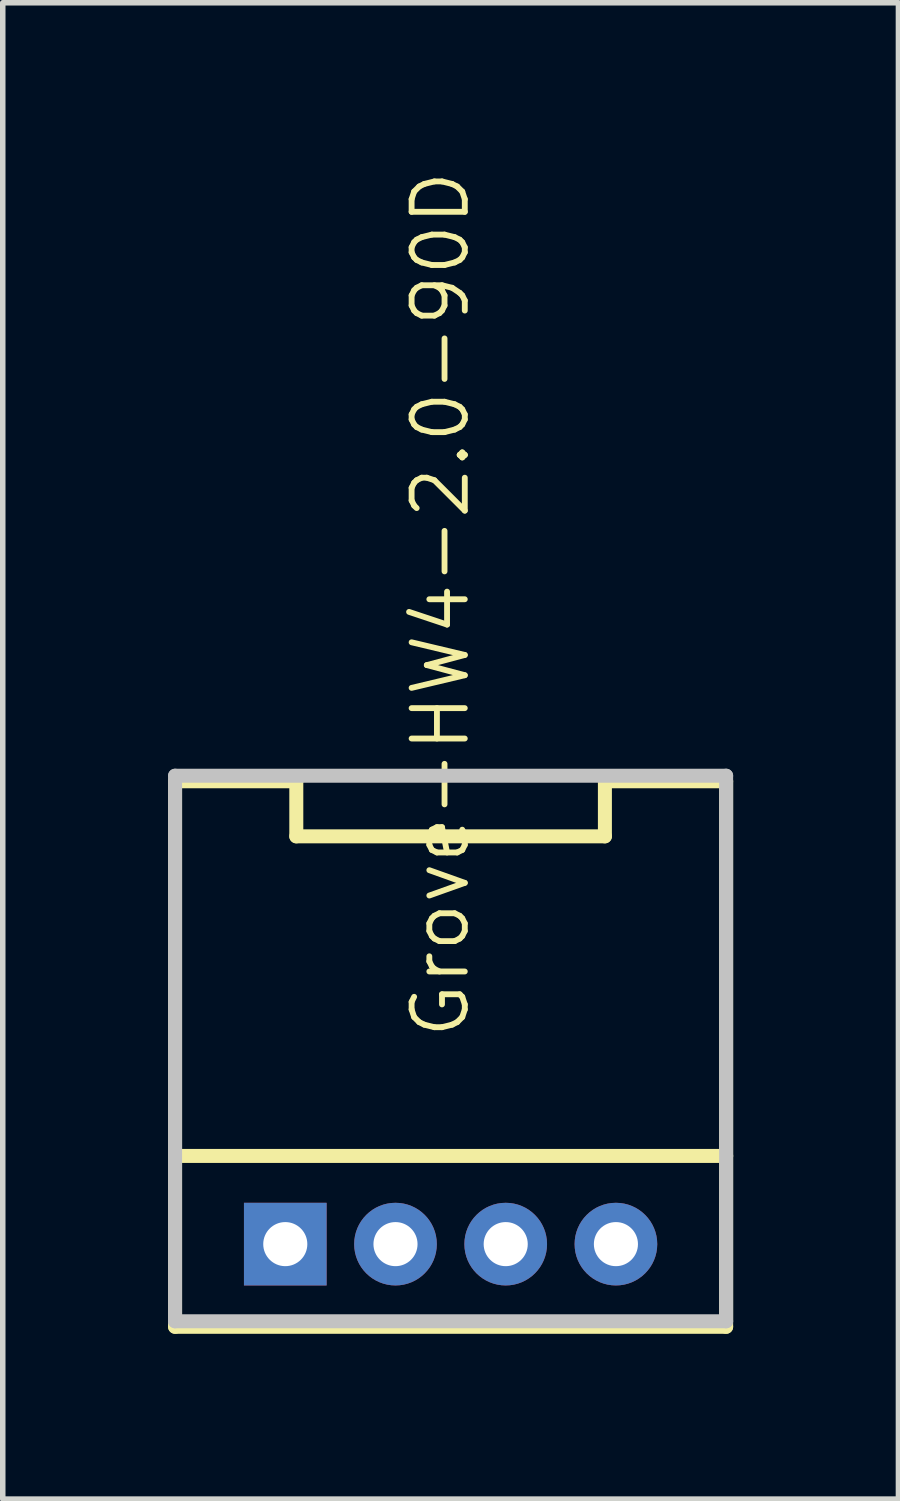
<source format=kicad_pcb>
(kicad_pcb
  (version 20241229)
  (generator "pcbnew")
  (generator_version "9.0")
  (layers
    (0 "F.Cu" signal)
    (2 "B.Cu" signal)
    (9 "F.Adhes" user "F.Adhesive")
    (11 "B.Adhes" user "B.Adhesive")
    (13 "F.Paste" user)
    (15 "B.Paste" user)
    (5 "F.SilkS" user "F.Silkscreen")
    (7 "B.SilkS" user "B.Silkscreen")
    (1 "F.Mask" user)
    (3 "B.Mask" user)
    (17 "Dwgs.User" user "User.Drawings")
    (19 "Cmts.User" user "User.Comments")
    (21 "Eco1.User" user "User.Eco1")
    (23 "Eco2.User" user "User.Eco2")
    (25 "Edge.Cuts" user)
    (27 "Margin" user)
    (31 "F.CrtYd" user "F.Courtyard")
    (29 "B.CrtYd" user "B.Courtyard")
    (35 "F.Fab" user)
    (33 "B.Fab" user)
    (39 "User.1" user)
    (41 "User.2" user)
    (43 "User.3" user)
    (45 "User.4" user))
  (footprint "Grove-HW4-2.0-90D"
    (layer "F.Cu")
    (at 5.127 19.527)
    (property "Reference" "Grove-HW4-2.0-90D" (at 0.381 -3.683 90) (layer "F.SilkS") (effects (font (size 0.965 0.965) (thickness 0.106)) (justify left bottom)))
    (attr through_hole)
    (fp_line (start -5 -8.4) (end -5 -1.6) (stroke (width 0.254) (type solid)) (layer "F.SilkS"))
    (fp_line (start -5 -8.4) (end -2.8 -8.4) (stroke (width 0.254) (type solid)) (layer "F.SilkS"))
    (fp_line (start -5 -1.6) (end -5 1.5) (stroke (width 0.254) (type solid)) (layer "F.SilkS"))
    (fp_line (start -5 -1.6) (end 5 -1.6) (stroke (width 0.254) (type solid)) (layer "F.SilkS"))
    (fp_line (start -5 -1) (end -5 1) (stroke (width 0.127) (type solid)) (layer "F.SilkS"))
    (fp_line (start -5 1.5) (end 5 1.5) (stroke (width 0.254) (type solid)) (layer "F.SilkS"))
    (fp_line (start -2.8 -8.4) (end -2.8 -7.4) (stroke (width 0.254) (type solid)) (layer "F.SilkS"))
    (fp_line (start -2.8 -7.4) (end 2.8 -7.4) (stroke (width 0.254) (type solid)) (layer "F.SilkS"))
    (fp_line (start 2.8 -8.4) (end 5 -8.4) (stroke (width 0.254) (type solid)) (layer "F.SilkS"))
    (fp_line (start 2.8 -7.4) (end 2.8 -8.4) (stroke (width 0.254) (type solid)) (layer "F.SilkS"))
    (fp_line (start 5 -1.6) (end 5 -8.4) (stroke (width 0.254) (type solid)) (layer "F.SilkS"))
    (fp_line (start 5 -1.6) (end 5 1.5) (stroke (width 0.254) (type solid)) (layer "F.SilkS"))
    (fp_line (start -5 -8.5) (end 5 -8.5) (stroke (width 0.254) (type solid)) (layer "Dwgs.User"))
    (fp_line (start -5 1.4) (end -5 -8.5) (stroke (width 0.254) (type solid)) (layer "Dwgs.User"))
    (fp_line (start 5 -8.5) (end 5 1.4) (stroke (width 0.254) (type solid)) (layer "Dwgs.User"))
    (fp_line (start 5 1.4) (end -5 1.4) (stroke (width 0.254) (type solid)) (layer "Dwgs.User"))
    (pad "1" thru_hole rect (at -3 0) (size 1.5 1.5) (drill 0.8) (layers "*.Cu" "*.Mask"))
    (pad "2" thru_hole circle (at -1 0) (size 1.5 1.5) (drill 0.8) (layers "*.Cu" "*.Mask"))
    (pad "3" thru_hole circle (at 1 0) (size 1.5 1.5) (drill 0.8) (layers "*.Cu" "*.Mask"))
    (pad "4" thru_hole circle (at 3 0) (size 1.5 1.5) (drill 0.8) (layers "*.Cu" "*.Mask")))
  (gr_rect
    (start -3 -3)
    (end 13.254 24.154)
    (stroke (width 0.1) (type default))
    (fill no)
    (layer "Edge.Cuts")))
</source>
